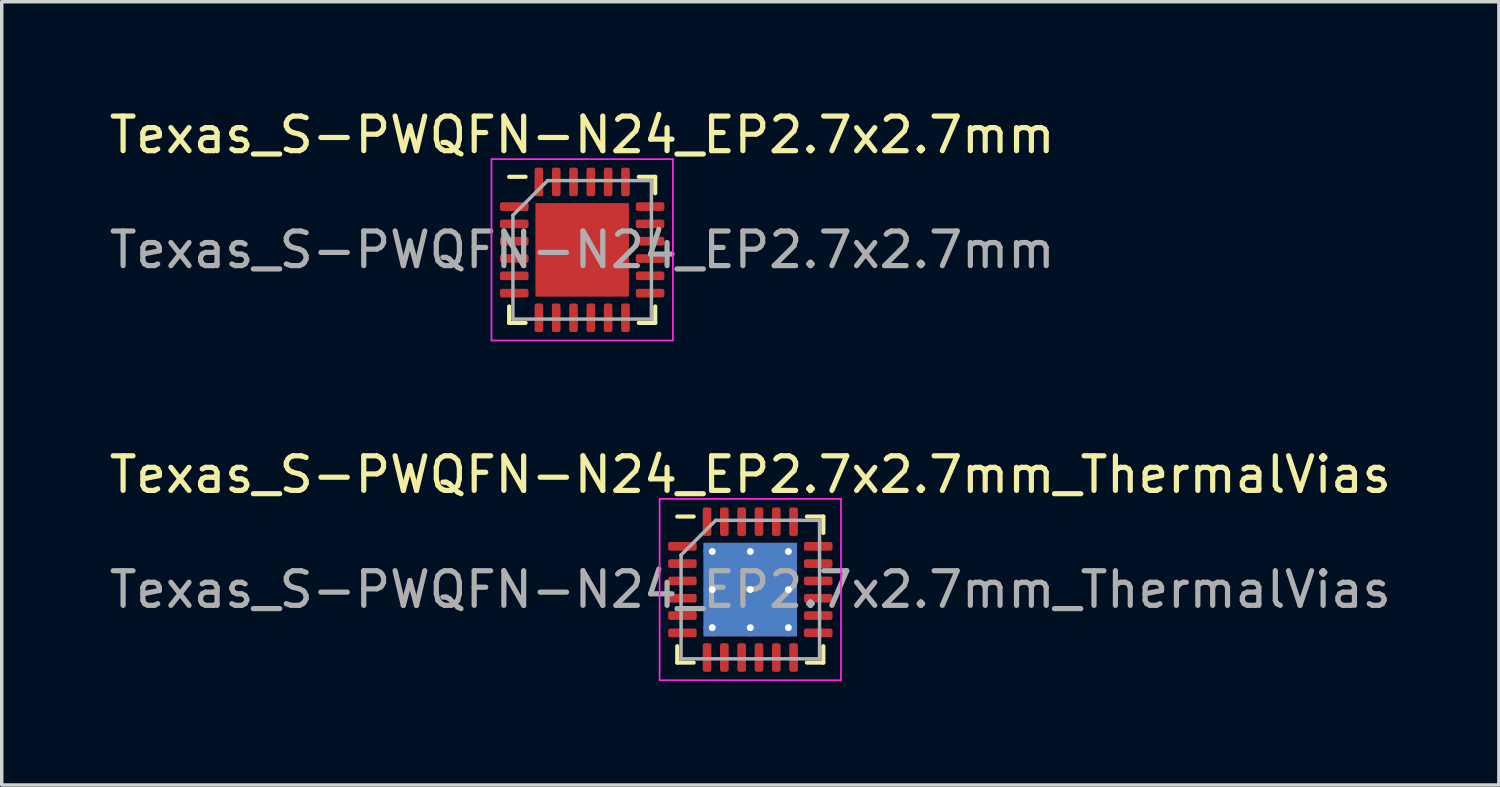
<source format=kicad_pcb>
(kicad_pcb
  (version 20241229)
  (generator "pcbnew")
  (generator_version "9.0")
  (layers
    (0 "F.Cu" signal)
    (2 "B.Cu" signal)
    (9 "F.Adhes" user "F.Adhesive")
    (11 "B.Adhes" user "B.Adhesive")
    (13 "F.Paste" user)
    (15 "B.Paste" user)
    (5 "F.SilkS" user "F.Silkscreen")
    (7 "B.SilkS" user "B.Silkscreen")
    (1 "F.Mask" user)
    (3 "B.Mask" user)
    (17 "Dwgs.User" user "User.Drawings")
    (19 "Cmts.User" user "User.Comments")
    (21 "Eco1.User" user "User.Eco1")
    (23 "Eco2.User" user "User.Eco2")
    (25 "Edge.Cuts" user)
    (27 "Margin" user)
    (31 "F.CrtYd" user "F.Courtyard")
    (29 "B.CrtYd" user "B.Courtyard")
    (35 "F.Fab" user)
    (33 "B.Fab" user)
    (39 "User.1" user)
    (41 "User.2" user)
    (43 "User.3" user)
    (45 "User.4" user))
  (footprint "Texas_S-PWQFN-N24_EP2.7x2.7mm"
    (layer "F.Cu")
    (at 13.768 4.168)
    (property "Reference" "Texas_S-PWQFN-N24_EP2.7x2.7mm" (at 0 -3.32 0) (layer "F.SilkS") (effects (font (size 1 1) (thickness 0.15))))
    (attr smd)
    (fp_line (start -2.11 2.11) (end -2.11 1.635) (stroke (width 0.12) (type solid)) (layer "F.SilkS"))
    (fp_line (start -1.635 -2.11) (end -2.11 -2.11) (stroke (width 0.12) (type solid)) (layer "F.SilkS"))
    (fp_line (start -1.635 2.11) (end -2.11 2.11) (stroke (width 0.12) (type solid)) (layer "F.SilkS"))
    (fp_line (start 1.635 -2.11) (end 2.11 -2.11) (stroke (width 0.12) (type solid)) (layer "F.SilkS"))
    (fp_line (start 1.635 2.11) (end 2.11 2.11) (stroke (width 0.12) (type solid)) (layer "F.SilkS"))
    (fp_line (start 2.11 -2.11) (end 2.11 -1.635) (stroke (width 0.12) (type solid)) (layer "F.SilkS"))
    (fp_line (start 2.11 2.11) (end 2.11 1.635) (stroke (width 0.12) (type solid)) (layer "F.SilkS"))
    (fp_line (start -2.62 -2.62) (end -2.62 2.62) (stroke (width 0.05) (type solid)) (layer "F.CrtYd"))
    (fp_line (start -2.62 2.62) (end 2.62 2.62) (stroke (width 0.05) (type solid)) (layer "F.CrtYd"))
    (fp_line (start 2.62 -2.62) (end -2.62 -2.62) (stroke (width 0.05) (type solid)) (layer "F.CrtYd"))
    (fp_line (start 2.62 2.62) (end 2.62 -2.62) (stroke (width 0.05) (type solid)) (layer "F.CrtYd"))
    (fp_line (start -2 -1) (end -1 -2) (stroke (width 0.1) (type solid)) (layer "F.Fab"))
    (fp_line (start -2 2) (end -2 -1) (stroke (width 0.1) (type solid)) (layer "F.Fab"))
    (fp_line (start -1 -2) (end 2 -2) (stroke (width 0.1) (type solid)) (layer "F.Fab"))
    (fp_line (start 2 -2) (end 2 2) (stroke (width 0.1) (type solid)) (layer "F.Fab"))
    (fp_line (start 2 2) (end -2 2) (stroke (width 0.1) (type solid)) (layer "F.Fab"))
    (fp_text user "${REFERENCE}" (at 0 0 0) (layer "F.Fab") (effects (font (size 1 1) (thickness 0.15))))
    (pad "" smd roundrect (at -0.675 -0.675) (size 1.09 1.09) (layers "F.Paste") (roundrect_rratio 0.229))
    (pad "" smd roundrect (at -0.675 0.675) (size 1.09 1.09) (layers "F.Paste") (roundrect_rratio 0.229))
    (pad "" smd roundrect (at 0.675 -0.675) (size 1.09 1.09) (layers "F.Paste") (roundrect_rratio 0.229))
    (pad "" smd roundrect (at 0.675 0.675) (size 1.09 1.09) (layers "F.Paste") (roundrect_rratio 0.229))
    (pad "1" smd roundrect (at -1.962 -1.25) (size 0.825 0.25) (layers "F.Cu" "F.Mask" "F.Paste") (roundrect_rratio 0.25))
    (pad "2" smd roundrect (at -1.962 -0.75) (size 0.825 0.25) (layers "F.Cu" "F.Mask" "F.Paste") (roundrect_rratio 0.25))
    (pad "3" smd roundrect (at -1.962 -0.25) (size 0.825 0.25) (layers "F.Cu" "F.Mask" "F.Paste") (roundrect_rratio 0.25))
    (pad "4" smd roundrect (at -1.962 0.25) (size 0.825 0.25) (layers "F.Cu" "F.Mask" "F.Paste") (roundrect_rratio 0.25))
    (pad "5" smd roundrect (at -1.962 0.75) (size 0.825 0.25) (layers "F.Cu" "F.Mask" "F.Paste") (roundrect_rratio 0.25))
    (pad "6" smd roundrect (at -1.962 1.25) (size 0.825 0.25) (layers "F.Cu" "F.Mask" "F.Paste") (roundrect_rratio 0.25))
    (pad "7" smd roundrect (at -1.25 1.962) (size 0.25 0.825) (layers "F.Cu" "F.Mask" "F.Paste") (roundrect_rratio 0.25))
    (pad "8" smd roundrect (at -0.75 1.962) (size 0.25 0.825) (layers "F.Cu" "F.Mask" "F.Paste") (roundrect_rratio 0.25))
    (pad "9" smd roundrect (at -0.25 1.962) (size 0.25 0.825) (layers "F.Cu" "F.Mask" "F.Paste") (roundrect_rratio 0.25))
    (pad "10" smd roundrect (at 0.25 1.962) (size 0.25 0.825) (layers "F.Cu" "F.Mask" "F.Paste") (roundrect_rratio 0.25))
    (pad "11" smd roundrect (at 0.75 1.962) (size 0.25 0.825) (layers "F.Cu" "F.Mask" "F.Paste") (roundrect_rratio 0.25))
    (pad "12" smd roundrect (at 1.25 1.962) (size 0.25 0.825) (layers "F.Cu" "F.Mask" "F.Paste") (roundrect_rratio 0.25))
    (pad "13" smd roundrect (at 1.962 1.25) (size 0.825 0.25) (layers "F.Cu" "F.Mask" "F.Paste") (roundrect_rratio 0.25))
    (pad "14" smd roundrect (at 1.962 0.75) (size 0.825 0.25) (layers "F.Cu" "F.Mask" "F.Paste") (roundrect_rratio 0.25))
    (pad "15" smd roundrect (at 1.962 0.25) (size 0.825 0.25) (layers "F.Cu" "F.Mask" "F.Paste") (roundrect_rratio 0.25))
    (pad "16" smd roundrect (at 1.962 -0.25) (size 0.825 0.25) (layers "F.Cu" "F.Mask" "F.Paste") (roundrect_rratio 0.25))
    (pad "17" smd roundrect (at 1.962 -0.75) (size 0.825 0.25) (layers "F.Cu" "F.Mask" "F.Paste") (roundrect_rratio 0.25))
    (pad "18" smd roundrect (at 1.962 -1.25) (size 0.825 0.25) (layers "F.Cu" "F.Mask" "F.Paste") (roundrect_rratio 0.25))
    (pad "19" smd roundrect (at 1.25 -1.962) (size 0.25 0.825) (layers "F.Cu" "F.Mask" "F.Paste") (roundrect_rratio 0.25))
    (pad "20" smd roundrect (at 0.75 -1.962) (size 0.25 0.825) (layers "F.Cu" "F.Mask" "F.Paste") (roundrect_rratio 0.25))
    (pad "21" smd roundrect (at 0.25 -1.962) (size 0.25 0.825) (layers "F.Cu" "F.Mask" "F.Paste") (roundrect_rratio 0.25))
    (pad "22" smd roundrect (at -0.25 -1.962) (size 0.25 0.825) (layers "F.Cu" "F.Mask" "F.Paste") (roundrect_rratio 0.25))
    (pad "23" smd roundrect (at -0.75 -1.962) (size 0.25 0.825) (layers "F.Cu" "F.Mask" "F.Paste") (roundrect_rratio 0.25))
    (pad "24" smd roundrect (at -1.25 -1.962) (size 0.25 0.825) (layers "F.Cu" "F.Mask" "F.Paste") (roundrect_rratio 0.25))
    (pad "25" smd rect (at 0 0) (size 2.7 2.7) (layers "F.Cu" "F.Mask")))
  (footprint "Texas_S-PWQFN-N24_EP2.7x2.7mm_ThermalVias"
    (layer "F.Cu")
    (at 18.625 13.982)
    (property "Reference" "Texas_S-PWQFN-N24_EP2.7x2.7mm_ThermalVias" (at 0 -3.32 0) (layer "F.SilkS") (effects (font (size 1 1) (thickness 0.15))))
    (attr smd)
    (fp_line (start -2.11 2.11) (end -2.11 1.635) (stroke (width 0.12) (type solid)) (layer "F.SilkS"))
    (fp_line (start -1.635 -2.11) (end -2.11 -2.11) (stroke (width 0.12) (type solid)) (layer "F.SilkS"))
    (fp_line (start -1.635 2.11) (end -2.11 2.11) (stroke (width 0.12) (type solid)) (layer "F.SilkS"))
    (fp_line (start 1.635 -2.11) (end 2.11 -2.11) (stroke (width 0.12) (type solid)) (layer "F.SilkS"))
    (fp_line (start 1.635 2.11) (end 2.11 2.11) (stroke (width 0.12) (type solid)) (layer "F.SilkS"))
    (fp_line (start 2.11 -2.11) (end 2.11 -1.635) (stroke (width 0.12) (type solid)) (layer "F.SilkS"))
    (fp_line (start 2.11 2.11) (end 2.11 1.635) (stroke (width 0.12) (type solid)) (layer "F.SilkS"))
    (fp_line (start -2.62 -2.62) (end -2.62 2.62) (stroke (width 0.05) (type solid)) (layer "F.CrtYd"))
    (fp_line (start -2.62 2.62) (end 2.62 2.62) (stroke (width 0.05) (type solid)) (layer "F.CrtYd"))
    (fp_line (start 2.62 -2.62) (end -2.62 -2.62) (stroke (width 0.05) (type solid)) (layer "F.CrtYd"))
    (fp_line (start 2.62 2.62) (end 2.62 -2.62) (stroke (width 0.05) (type solid)) (layer "F.CrtYd"))
    (fp_line (start -2 -1) (end -1 -2) (stroke (width 0.1) (type solid)) (layer "F.Fab"))
    (fp_line (start -2 2) (end -2 -1) (stroke (width 0.1) (type solid)) (layer "F.Fab"))
    (fp_line (start -1 -2) (end 2 -2) (stroke (width 0.1) (type solid)) (layer "F.Fab"))
    (fp_line (start 2 -2) (end 2 2) (stroke (width 0.1) (type solid)) (layer "F.Fab"))
    (fp_line (start 2 2) (end -2 2) (stroke (width 0.1) (type solid)) (layer "F.Fab"))
    (fp_text user "${REFERENCE}" (at 0 0 0) (layer "F.Fab") (effects (font (size 1 1) (thickness 0.15))))
    (pad "" smd roundrect (at -0.675 -0.675) (size 1.13 1.13) (layers "F.Paste") (roundrect_rratio 0.221))
    (pad "" smd roundrect (at -0.675 0.675) (size 1.13 1.13) (layers "F.Paste") (roundrect_rratio 0.221))
    (pad "" smd roundrect (at 0.675 -0.675) (size 1.13 1.13) (layers "F.Paste") (roundrect_rratio 0.221))
    (pad "" smd roundrect (at 0.675 0.675) (size 1.13 1.13) (layers "F.Paste") (roundrect_rratio 0.221))
    (pad "1" smd roundrect (at -1.962 -1.25) (size 0.825 0.25) (layers "F.Cu" "F.Mask" "F.Paste") (roundrect_rratio 0.25))
    (pad "2" smd roundrect (at -1.962 -0.75) (size 0.825 0.25) (layers "F.Cu" "F.Mask" "F.Paste") (roundrect_rratio 0.25))
    (pad "3" smd roundrect (at -1.962 -0.25) (size 0.825 0.25) (layers "F.Cu" "F.Mask" "F.Paste") (roundrect_rratio 0.25))
    (pad "4" smd roundrect (at -1.962 0.25) (size 0.825 0.25) (layers "F.Cu" "F.Mask" "F.Paste") (roundrect_rratio 0.25))
    (pad "5" smd roundrect (at -1.962 0.75) (size 0.825 0.25) (layers "F.Cu" "F.Mask" "F.Paste") (roundrect_rratio 0.25))
    (pad "6" smd roundrect (at -1.962 1.25) (size 0.825 0.25) (layers "F.Cu" "F.Mask" "F.Paste") (roundrect_rratio 0.25))
    (pad "7" smd roundrect (at -1.25 1.962) (size 0.25 0.825) (layers "F.Cu" "F.Mask" "F.Paste") (roundrect_rratio 0.25))
    (pad "8" smd roundrect (at -0.75 1.962) (size 0.25 0.825) (layers "F.Cu" "F.Mask" "F.Paste") (roundrect_rratio 0.25))
    (pad "9" smd roundrect (at -0.25 1.962) (size 0.25 0.825) (layers "F.Cu" "F.Mask" "F.Paste") (roundrect_rratio 0.25))
    (pad "10" smd roundrect (at 0.25 1.962) (size 0.25 0.825) (layers "F.Cu" "F.Mask" "F.Paste") (roundrect_rratio 0.25))
    (pad "11" smd roundrect (at 0.75 1.962) (size 0.25 0.825) (layers "F.Cu" "F.Mask" "F.Paste") (roundrect_rratio 0.25))
    (pad "12" smd roundrect (at 1.25 1.962) (size 0.25 0.825) (layers "F.Cu" "F.Mask" "F.Paste") (roundrect_rratio 0.25))
    (pad "13" smd roundrect (at 1.962 1.25) (size 0.825 0.25) (layers "F.Cu" "F.Mask" "F.Paste") (roundrect_rratio 0.25))
    (pad "14" smd roundrect (at 1.962 0.75) (size 0.825 0.25) (layers "F.Cu" "F.Mask" "F.Paste") (roundrect_rratio 0.25))
    (pad "15" smd roundrect (at 1.962 0.25) (size 0.825 0.25) (layers "F.Cu" "F.Mask" "F.Paste") (roundrect_rratio 0.25))
    (pad "16" smd roundrect (at 1.962 -0.25) (size 0.825 0.25) (layers "F.Cu" "F.Mask" "F.Paste") (roundrect_rratio 0.25))
    (pad "17" smd roundrect (at 1.962 -0.75) (size 0.825 0.25) (layers "F.Cu" "F.Mask" "F.Paste") (roundrect_rratio 0.25))
    (pad "18" smd roundrect (at 1.962 -1.25) (size 0.825 0.25) (layers "F.Cu" "F.Mask" "F.Paste") (roundrect_rratio 0.25))
    (pad "19" smd roundrect (at 1.25 -1.962) (size 0.25 0.825) (layers "F.Cu" "F.Mask" "F.Paste") (roundrect_rratio 0.25))
    (pad "20" smd roundrect (at 0.75 -1.962) (size 0.25 0.825) (layers "F.Cu" "F.Mask" "F.Paste") (roundrect_rratio 0.25))
    (pad "21" smd roundrect (at 0.25 -1.962) (size 0.25 0.825) (layers "F.Cu" "F.Mask" "F.Paste") (roundrect_rratio 0.25))
    (pad "22" smd roundrect (at -0.25 -1.962) (size 0.25 0.825) (layers "F.Cu" "F.Mask" "F.Paste") (roundrect_rratio 0.25))
    (pad "23" smd roundrect (at -0.75 -1.962) (size 0.25 0.825) (layers "F.Cu" "F.Mask" "F.Paste") (roundrect_rratio 0.25))
    (pad "24" smd roundrect (at -1.25 -1.962) (size 0.25 0.825) (layers "F.Cu" "F.Mask" "F.Paste") (roundrect_rratio 0.25))
    (pad "25" thru_hole circle (at -1.1 -1.1) (size 0.5 0.5) (drill 0.2) (layers "*.Cu"))
    (pad "25" thru_hole circle (at -1.1 0) (size 0.5 0.5) (drill 0.2) (layers "*.Cu"))
    (pad "25" thru_hole circle (at -1.1 1.1) (size 0.5 0.5) (drill 0.2) (layers "*.Cu"))
    (pad "25" thru_hole circle (at 0 -1.1) (size 0.5 0.5) (drill 0.2) (layers "*.Cu"))
    (pad "25" thru_hole circle (at 0 0) (size 0.5 0.5) (drill 0.2) (layers "*.Cu"))
    (pad "25" smd rect (at 0 0) (size 2.7 2.7) (layers "F.Cu" "F.Mask"))
    (pad "25" smd rect (at 0 0) (size 2.7 2.7) (layers "B.Cu"))
    (pad "25" thru_hole circle (at 0 1.1) (size 0.5 0.5) (drill 0.2) (layers "*.Cu"))
    (pad "25" thru_hole circle (at 1.1 -1.1) (size 0.5 0.5) (drill 0.2) (layers "*.Cu"))
    (pad "25" thru_hole circle (at 1.1 0) (size 0.5 0.5) (drill 0.2) (layers "*.Cu"))
    (pad "25" thru_hole circle (at 1.1 1.1) (size 0.5 0.5) (drill 0.2) (layers "*.Cu")))
  (gr_rect
    (start -3 -3)
    (end 40.25 19.627)
    (stroke (width 0.1) (type default))
    (fill no)
    (layer "Edge.Cuts")))
</source>
